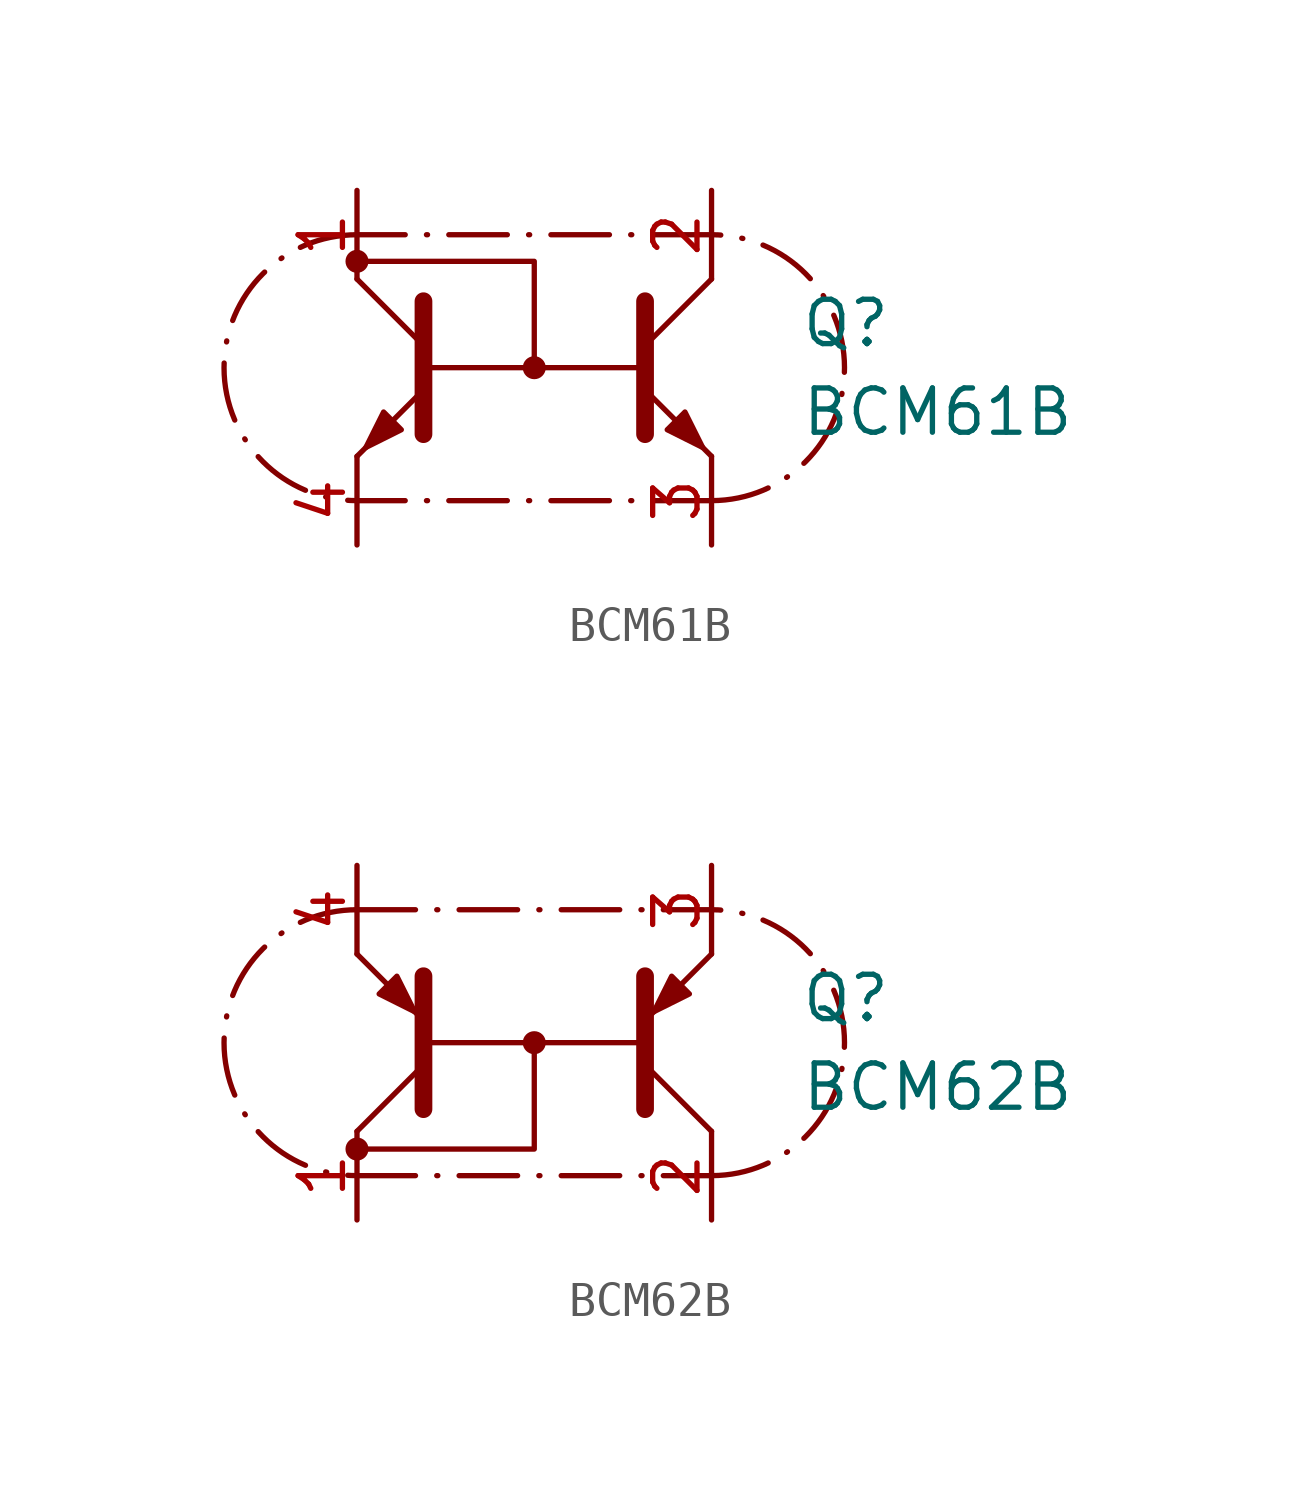
<source format=kicad_sym>
(kicad_symbol_lib
  (version 20241209)
  (generator "kicad_symbol_editor")
  (generator_version "9.0")
  (symbol "BCM61B"
    (pin_names
      (offset 0)
      (hide yes))
    (property "Reference" "Q"
      (at 7.62 1.27 0)
      (effects (font (size 1.27 1.27)) (justify left)))
    (property "Value" "BCM61B"
      (at 7.62 -1.27 0)
      (effects (font (size 1.27 1.27)) (justify left)))
    (symbol "BCM61B_0_1"
      (circle (center -5.08 3.048) (radius 0.254) (stroke (width 0) (type default)) (fill (type outline)))
      (polyline (pts (xy -5.08 2.54) (xy -3.175 0.635)) (stroke (width 0) (type default)) (fill (type none)))
      (polyline (pts (xy -5.08 -2.54) (xy -3.175 -0.635)) (stroke (width 0) (type default)) (fill (type none)))
      (polyline (pts (xy -3.81 -1.778) (xy -4.318 -1.27) (xy -4.826 -2.286) (xy -3.81 -1.778)) (stroke (width 0) (type default)) (fill (type outline)))
      (polyline (pts (xy -3.175 -1.905) (xy -3.175 1.905)) (stroke (width 0.508) (type default)) (fill (type outline)))
      (polyline (pts (xy 0 0) (xy 0 3.048) (xy -5.08 3.048)) (stroke (width 0) (type default)) (fill (type none)))
      (circle (center 0 0) (radius 0.254) (stroke (width 0) (type default)) (fill (type outline)))
      (polyline (pts (xy 3.175 0) (xy -3.175 0)) (stroke (width 0) (type default)) (fill (type none)))
      (polyline (pts (xy 3.175 -1.905) (xy 3.175 1.905)) (stroke (width 0.508) (type default)) (fill (type outline)))
      (polyline (pts (xy 3.81 -1.778) (xy 4.318 -1.27) (xy 4.826 -2.286) (xy 3.81 -1.778)) (stroke (width 0) (type default)) (fill (type outline)))
      (polyline (pts (xy 5.08 2.54) (xy 3.175 0.635)) (stroke (width 0) (type default)) (fill (type none)))
      (polyline (pts (xy 5.08 -2.54) (xy 3.175 -0.635)) (stroke (width 0) (type default)) (fill (type none))))
    (symbol "BCM61B_1_1"
      (arc (start -5.08 -3.81) (mid -8.89 0) (end -5.08 3.81) (stroke (width 0) (type dash_dot)) (fill (type none)))
      (polyline (pts (xy 5.08 3.81) (xy -5.08 3.81)) (stroke (width 0) (type dash_dot)) (fill (type none)))
      (arc (start 5.08 3.81) (mid 8.89 0) (end 5.08 -3.81) (stroke (width 0) (type dash_dot)) (fill (type none)))
      (polyline (pts (xy 5.08 -3.81) (xy -5.08 -3.81)) (stroke (width 0) (type dash_dot)) (fill (type none)))
      (pin passive line (at -5.08 5.08 270) (length 2.54) (name "C2" (effects (font (size 1.27 1.27)))) (number "1" (effects (font (size 1.27 1.27)))))
      (pin passive line (at -5.08 -5.08 90) (length 2.54) (name "E2" (effects (font (size 1.27 1.27)))) (number "4" (effects (font (size 1.27 1.27)))))
      (pin passive line (at 5.08 5.08 270) (length 2.54) (name "C1" (effects (font (size 1.27 1.27)))) (number "2" (effects (font (size 1.27 1.27)))))
      (pin passive line (at 5.08 -5.08 90) (length 2.54) (name "E1" (effects (font (size 1.27 1.27)))) (number "3" (effects (font (size 1.27 1.27)))))))
  (symbol "BCM62B"
    (pin_names
      (offset 0)
      (hide yes))
    (property "Reference" "Q"
      (at 7.62 1.27 0)
      (effects (font (size 1.27 1.27)) (justify left)))
    (property "Value" "BCM62B"
      (at 7.62 -1.27 0)
      (effects (font (size 1.27 1.27)) (justify left)))
    (symbol "BCM62B_0_1"
      (polyline (pts (xy -5.08 2.54) (xy -3.175 0.635)) (stroke (width 0) (type default)) (fill (type none)))
      (polyline (pts (xy -5.08 -2.54) (xy -3.175 -0.635)) (stroke (width 0) (type default)) (fill (type none)))
      (circle (center -5.08 -3.048) (radius 0.254) (stroke (width 0) (type default)) (fill (type outline)))
      (polyline (pts (xy -3.937 1.905) (xy -4.445 1.397) (xy -3.429 0.889) (xy -3.937 1.905)) (stroke (width 0) (type default)) (fill (type outline)))
      (polyline (pts (xy -3.175 -1.905) (xy -3.175 1.905)) (stroke (width 0.508) (type default)) (fill (type outline)))
      (polyline (pts (xy 0 0) (xy 0 -3.048) (xy -5.08 -3.048)) (stroke (width 0) (type default)) (fill (type none)))
      (circle (center 0 0) (radius 0.254) (stroke (width 0) (type default)) (fill (type outline)))
      (polyline (pts (xy 3.175 0) (xy -3.175 0)) (stroke (width 0) (type default)) (fill (type none)))
      (polyline (pts (xy 3.175 -1.905) (xy 3.175 1.905)) (stroke (width 0.508) (type default)) (fill (type outline)))
      (polyline (pts (xy 3.937 1.905) (xy 4.445 1.397) (xy 3.429 0.889) (xy 3.937 1.905)) (stroke (width 0) (type default)) (fill (type outline)))
      (polyline (pts (xy 5.08 2.54) (xy 3.175 0.635)) (stroke (width 0) (type default)) (fill (type none)))
      (polyline (pts (xy 5.08 -2.54) (xy 3.175 -0.635)) (stroke (width 0) (type default)) (fill (type none))))
    (symbol "BCM62B_1_1"
      (polyline (pts (xy -5.08 3.81) (xy 5.08 3.81)) (stroke (width 0) (type dash_dot)) (fill (type none)))
      (arc (start -5.08 -3.81) (mid -8.89 0) (end -5.08 3.81) (stroke (width 0) (type dash_dot)) (fill (type none)))
      (polyline (pts (xy -5.08 -3.81) (xy 5.08 -3.81)) (stroke (width 0) (type dash_dot)) (fill (type none)))
      (arc (start 5.08 3.81) (mid 8.89 0) (end 5.08 -3.81) (stroke (width 0) (type dash_dot)) (fill (type none)))
      (pin passive line (at -5.08 5.08 270) (length 2.54) (name "E2" (effects (font (size 1.27 1.27)))) (number "4" (effects (font (size 1.27 1.27)))))
      (pin passive line (at -5.08 -5.08 90) (length 2.54) (name "C2" (effects (font (size 1.27 1.27)))) (number "1" (effects (font (size 1.27 1.27)))))
      (pin passive line (at 5.08 5.08 270) (length 2.54) (name "E1" (effects (font (size 1.27 1.27)))) (number "3" (effects (font (size 1.27 1.27)))))
      (pin passive line (at 5.08 -5.08 90) (length 2.54) (name "C1" (effects (font (size 1.27 1.27)))) (number "2" (effects (font (size 1.27 1.27))))))))
</source>
